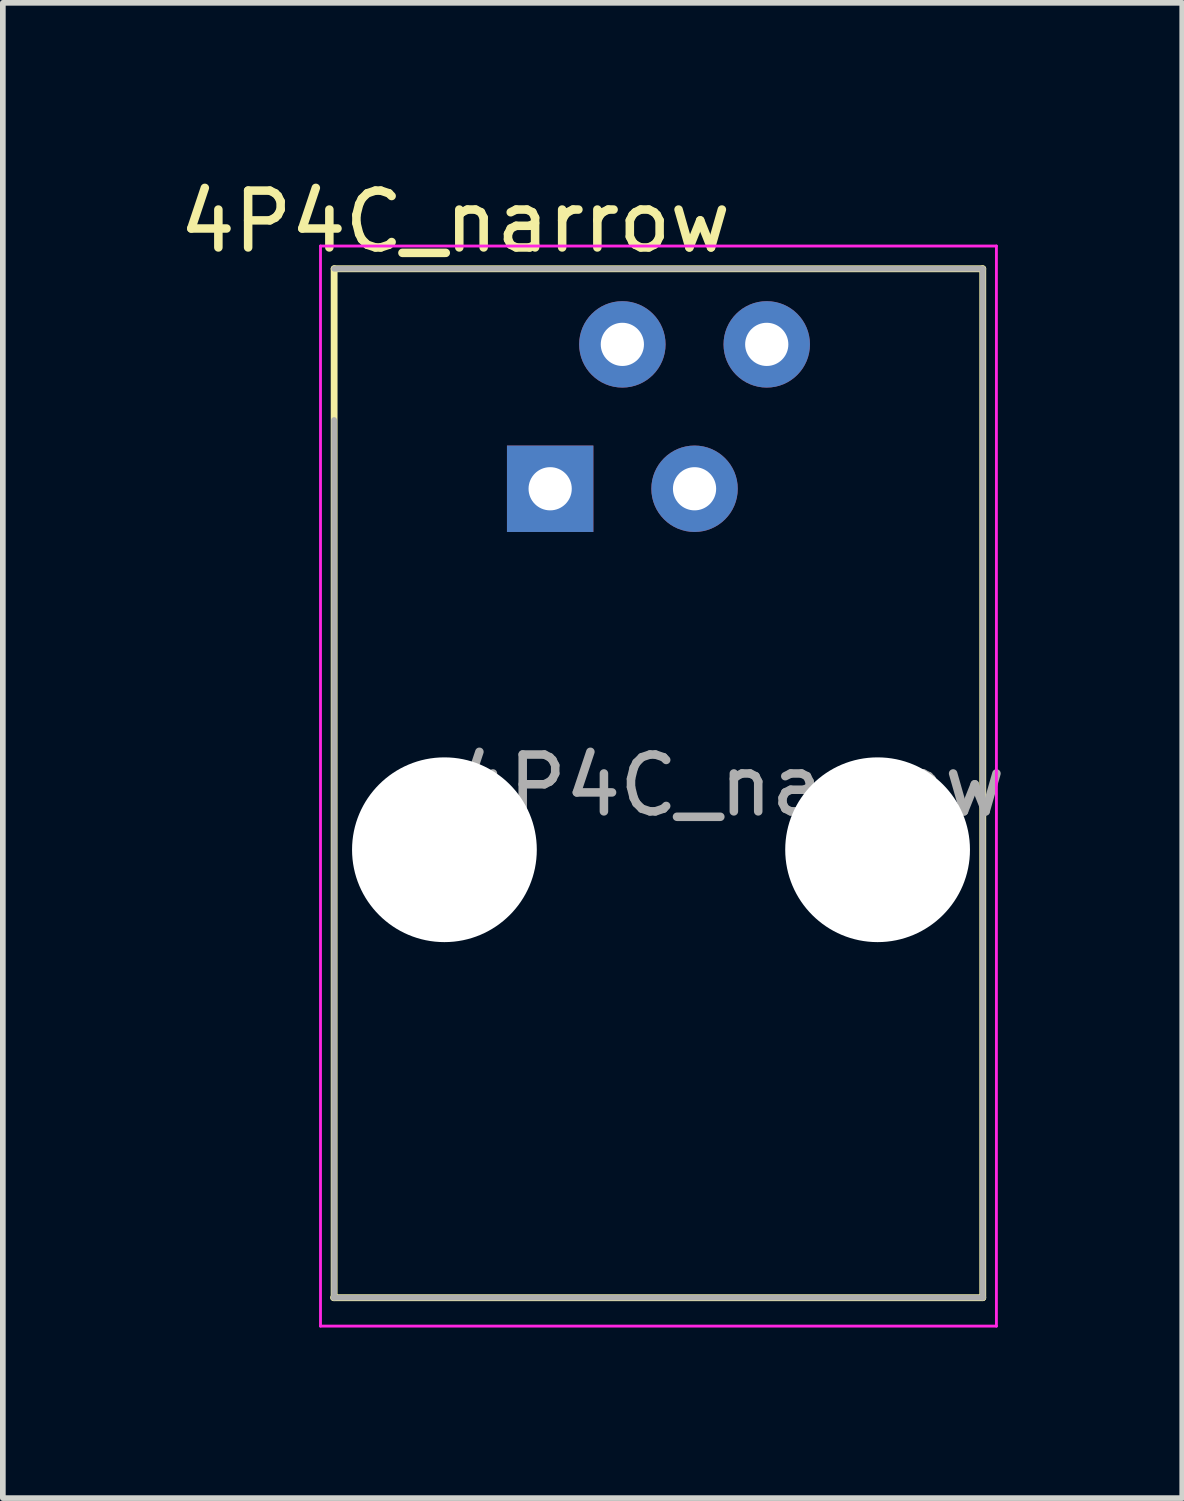
<source format=kicad_pcb>
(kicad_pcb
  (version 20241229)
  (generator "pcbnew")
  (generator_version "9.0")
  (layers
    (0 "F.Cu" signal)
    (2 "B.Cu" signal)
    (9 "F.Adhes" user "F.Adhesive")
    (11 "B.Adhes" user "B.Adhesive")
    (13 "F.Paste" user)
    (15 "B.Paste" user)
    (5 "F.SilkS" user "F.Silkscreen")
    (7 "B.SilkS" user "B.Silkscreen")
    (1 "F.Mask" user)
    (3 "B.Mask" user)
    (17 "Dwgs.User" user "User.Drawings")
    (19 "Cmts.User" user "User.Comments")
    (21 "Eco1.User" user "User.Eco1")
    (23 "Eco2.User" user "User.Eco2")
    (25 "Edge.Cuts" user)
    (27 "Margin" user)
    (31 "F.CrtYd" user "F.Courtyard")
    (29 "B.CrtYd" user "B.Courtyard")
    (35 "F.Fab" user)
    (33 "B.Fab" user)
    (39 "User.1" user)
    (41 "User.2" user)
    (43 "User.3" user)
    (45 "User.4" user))
  (footprint "4P4C_narrow"
    (layer "F.Cu")
    (at 6.628 3.008)
    (property "Reference" "4P4C_narrow" (at -1.67 -2.16 0) (layer "F.SilkS") (effects (font (size 1 1) (thickness 0.15))))
    (attr through_hole)
    (fp_line (start -3.8 -1.33) (end 7.61 -1.33) (stroke (width 0.12) (type solid)) (layer "F.SilkS"))
    (fp_line (start -3.8 16.77) (end -3.8 -1.33) (stroke (width 0.12) (type solid)) (layer "F.SilkS"))
    (fp_line (start 7.61 -1.33) (end 7.61 16.77) (stroke (width 0.12) (type solid)) (layer "F.SilkS"))
    (fp_line (start 7.61 16.77) (end -3.81 16.77) (stroke (width 0.12) (type solid)) (layer "F.SilkS"))
    (fp_line (start -4.04 -1.73) (end 7.85 -1.73) (stroke (width 0.05) (type solid)) (layer "F.CrtYd"))
    (fp_line (start -4.04 17.27) (end -4.04 -1.73) (stroke (width 0.05) (type solid)) (layer "F.CrtYd"))
    (fp_line (start 7.85 -1.73) (end 7.85 17.27) (stroke (width 0.05) (type solid)) (layer "F.CrtYd"))
    (fp_line (start 7.85 17.27) (end -4.04 17.27) (stroke (width 0.05) (type solid)) (layer "F.CrtYd"))
    (fp_line (start -3.8 -1.33) (end 7.61 -1.33) (stroke (width 0.1) (type solid)) (layer "F.Fab"))
    (fp_line (start -3.8 16.77) (end -3.8 1.33) (stroke (width 0.1) (type solid)) (layer "F.Fab"))
    (fp_line (start 7.61 -1.33) (end 7.61 16.77) (stroke (width 0.1) (type solid)) (layer "F.Fab"))
    (fp_line (start 7.61 16.77) (end -3.81 16.77) (stroke (width 0.1) (type solid)) (layer "F.Fab"))
    (fp_text user "${REFERENCE}" (at 3.16 7.76 0) (layer "F.Fab") (effects (font (size 1 1) (thickness 0.15))))
    (pad "" np_thru_hole circle (at -1.86 8.89) (size 3.25 3.25) (drill 3.25) (layers "*.Cu" "*.Mask"))
    (pad "" np_thru_hole circle (at 5.76 8.89) (size 3.25 3.25) (drill 3.25) (layers "*.Cu" "*.Mask"))
    (pad "1" thru_hole rect (at 0 2.54) (size 1.52 1.52) (drill 0.76) (layers "*.Cu" "*.Mask"))
    (pad "2" thru_hole circle (at 1.27 0) (size 1.52 1.52) (drill 0.76) (layers "*.Cu" "*.Mask"))
    (pad "3" thru_hole circle (at 2.54 2.54) (size 1.52 1.52) (drill 0.76) (layers "*.Cu" "*.Mask"))
    (pad "4" thru_hole circle (at 3.81 0) (size 1.52 1.52) (drill 0.76) (layers "*.Cu" "*.Mask")))
  (gr_rect
    (start -3 -3)
    (end 17.747 23.303)
    (stroke (width 0.1) (type default))
    (fill no)
    (layer "Edge.Cuts")))
</source>
